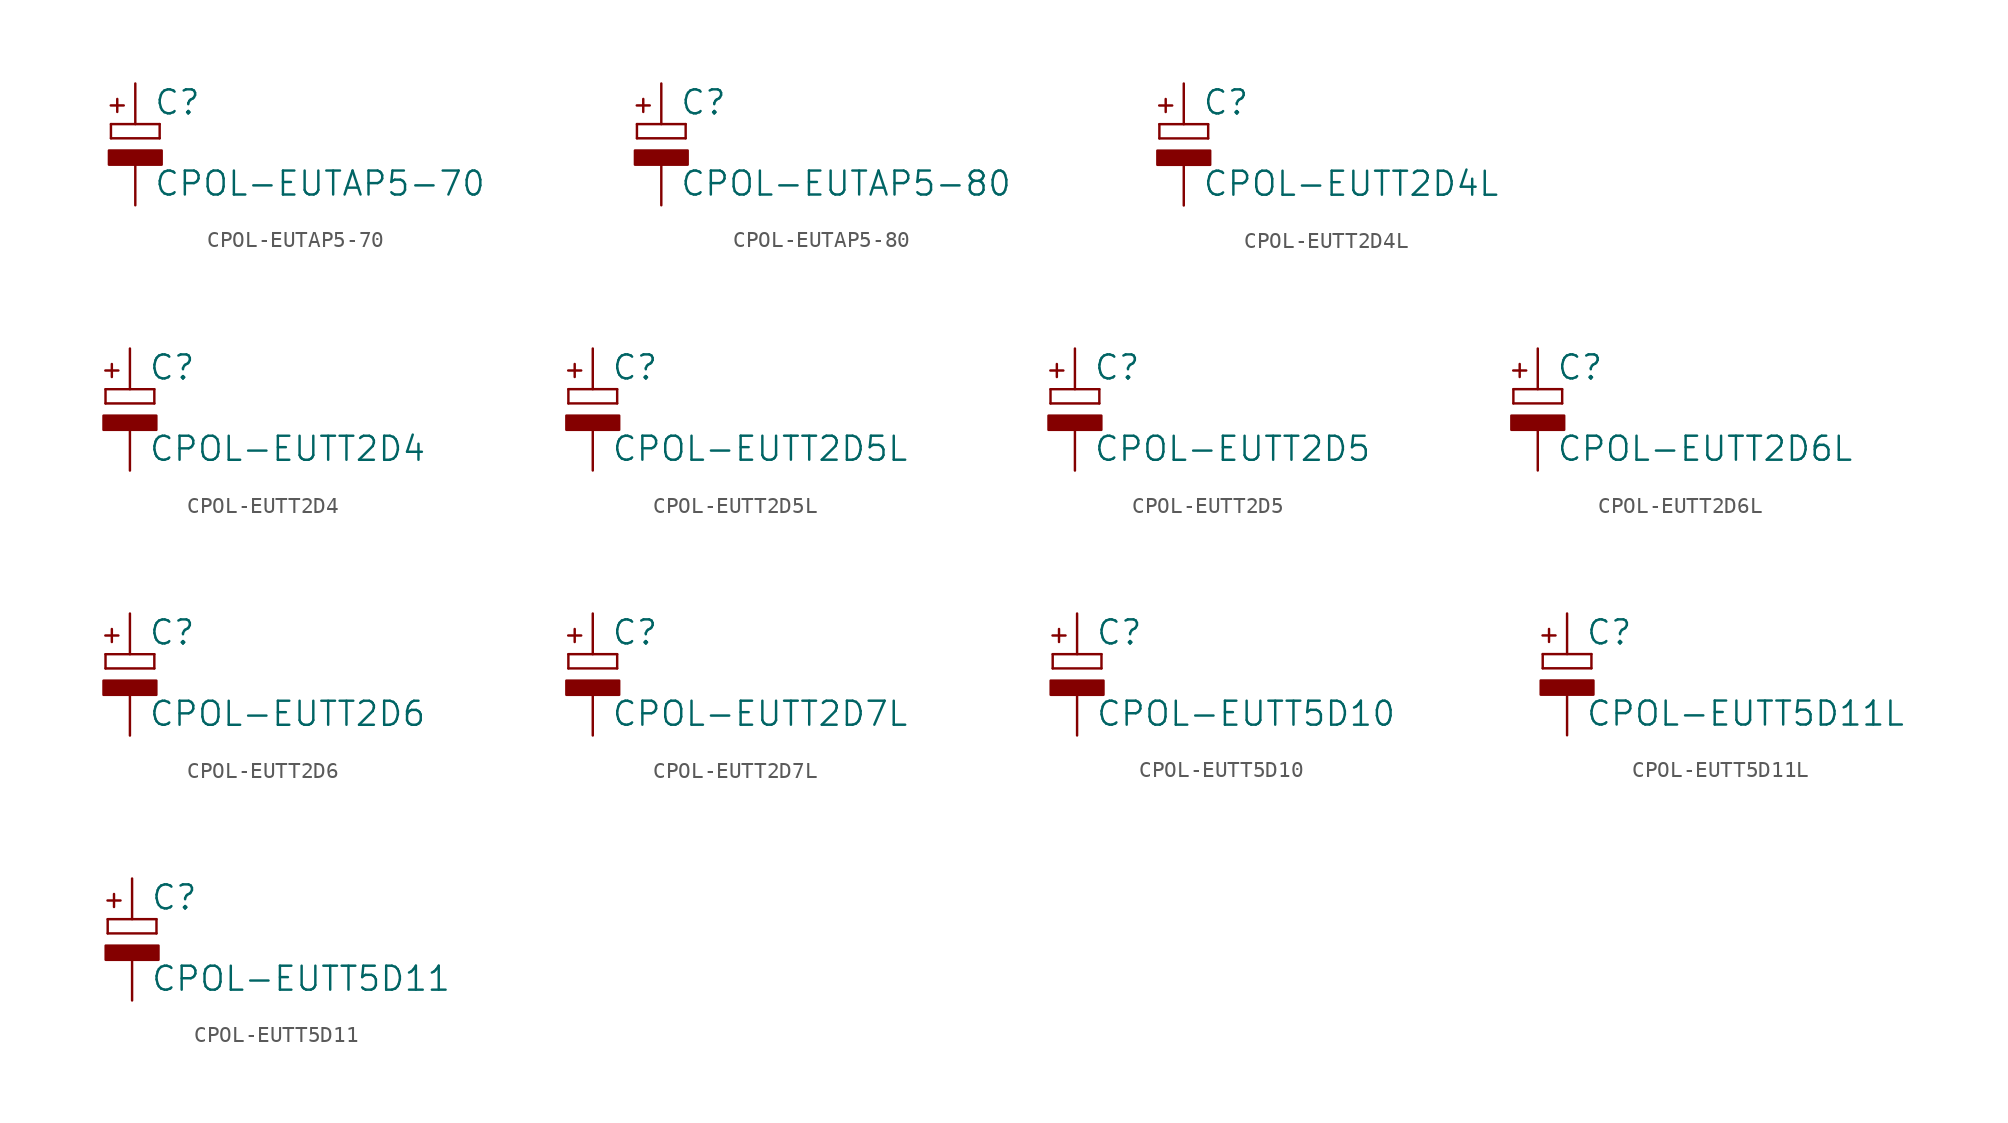
<source format=kicad_sym>
(kicad_symbol_lib
  (version 20211014)
  (generator kicad_symbol_editor)
  (symbol "CPOL-EUTAP5-70"
    (pin_names
      (offset 1.016))
    (property "Reference" "C"
      (at 1.143 0.483 0)
      (effects (font (size 1.499 1.499)) (justify left bottom)))
    (property "Value" "CPOL-EUTAP5-70"
      (at 1.143 -4.597 0)
      (effects (font (size 1.499 1.499)) (justify left bottom)))
    (property "ki_locked" ""
      (at 0 0 0)
      (effects (font (size 1.27 1.27))))
    (symbol "CPOL-EUTAP5-70_1_0"
      (rectangle (start -1.651 -2.54) (end 1.651 -1.651) (stroke (width 0) (type default) (color 0 0 0 0)) (fill (type outline)))
      (polyline (pts (xy -1.524 -0.889) (xy 1.524 -0.889)) (stroke (width 0) (type default) (color 0 0 0 0)) (fill (type none)))
      (polyline (pts (xy -1.524 0) (xy -1.524 -0.889)) (stroke (width 0) (type default) (color 0 0 0 0)) (fill (type none)))
      (polyline (pts (xy -1.524 0) (xy 1.524 0)) (stroke (width 0) (type default) (color 0 0 0 0)) (fill (type none)))
      (polyline (pts (xy 1.524 -0.889) (xy 1.524 0)) (stroke (width 0) (type default) (color 0 0 0 0)) (fill (type none)))
      (text "+" (at -0.584 0.406 900) (effects (font (size 1.067 1.067)) (justify left bottom)))
      (pin passive line (at 0 2.54 270) (length 2.54) (name "+" (effects (font (size 0 0)))) (number "+" (effects (font (size 0 0)))))
      (pin passive line (at 0 -5.08 90) (length 2.54) (name "-" (effects (font (size 0 0)))) (number "-" (effects (font (size 0 0)))))))
  (symbol "CPOL-EUTAP5-80"
    (pin_names
      (offset 1.016))
    (property "Reference" "C"
      (at 1.143 0.483 0)
      (effects (font (size 1.499 1.499)) (justify left bottom)))
    (property "Value" "CPOL-EUTAP5-80"
      (at 1.143 -4.597 0)
      (effects (font (size 1.499 1.499)) (justify left bottom)))
    (property "ki_locked" ""
      (at 0 0 0)
      (effects (font (size 1.27 1.27))))
    (symbol "CPOL-EUTAP5-80_1_0"
      (rectangle (start -1.651 -2.54) (end 1.651 -1.651) (stroke (width 0) (type default) (color 0 0 0 0)) (fill (type outline)))
      (polyline (pts (xy -1.524 -0.889) (xy 1.524 -0.889)) (stroke (width 0) (type default) (color 0 0 0 0)) (fill (type none)))
      (polyline (pts (xy -1.524 0) (xy -1.524 -0.889)) (stroke (width 0) (type default) (color 0 0 0 0)) (fill (type none)))
      (polyline (pts (xy -1.524 0) (xy 1.524 0)) (stroke (width 0) (type default) (color 0 0 0 0)) (fill (type none)))
      (polyline (pts (xy 1.524 -0.889) (xy 1.524 0)) (stroke (width 0) (type default) (color 0 0 0 0)) (fill (type none)))
      (text "+" (at -0.584 0.406 900) (effects (font (size 1.067 1.067)) (justify left bottom)))
      (pin passive line (at 0 2.54 270) (length 2.54) (name "+" (effects (font (size 0 0)))) (number "+" (effects (font (size 0 0)))))
      (pin passive line (at 0 -5.08 90) (length 2.54) (name "-" (effects (font (size 0 0)))) (number "-" (effects (font (size 0 0)))))))
  (symbol "CPOL-EUTT2D4L"
    (pin_names
      (offset 1.016))
    (property "Reference" "C"
      (at 1.143 0.483 0)
      (effects (font (size 1.499 1.499)) (justify left bottom)))
    (property "Value" "CPOL-EUTT2D4L"
      (at 1.143 -4.597 0)
      (effects (font (size 1.499 1.499)) (justify left bottom)))
    (property "ki_locked" ""
      (at 0 0 0)
      (effects (font (size 1.27 1.27))))
    (symbol "CPOL-EUTT2D4L_1_0"
      (rectangle (start -1.651 -2.54) (end 1.651 -1.651) (stroke (width 0) (type default) (color 0 0 0 0)) (fill (type outline)))
      (polyline (pts (xy -1.524 -0.889) (xy 1.524 -0.889)) (stroke (width 0) (type default) (color 0 0 0 0)) (fill (type none)))
      (polyline (pts (xy -1.524 0) (xy -1.524 -0.889)) (stroke (width 0) (type default) (color 0 0 0 0)) (fill (type none)))
      (polyline (pts (xy -1.524 0) (xy 1.524 0)) (stroke (width 0) (type default) (color 0 0 0 0)) (fill (type none)))
      (polyline (pts (xy 1.524 -0.889) (xy 1.524 0)) (stroke (width 0) (type default) (color 0 0 0 0)) (fill (type none)))
      (text "+" (at -0.584 0.406 900) (effects (font (size 1.067 1.067)) (justify left bottom)))
      (pin passive line (at 0 2.54 270) (length 2.54) (name "+" (effects (font (size 0 0)))) (number "+" (effects (font (size 0 0)))))
      (pin passive line (at 0 -5.08 90) (length 2.54) (name "-" (effects (font (size 0 0)))) (number "-" (effects (font (size 0 0)))))))
  (symbol "CPOL-EUTT2D4"
    (pin_names
      (offset 1.016))
    (property "Reference" "C"
      (at 1.143 0.483 0)
      (effects (font (size 1.499 1.499)) (justify left bottom)))
    (property "Value" "CPOL-EUTT2D4"
      (at 1.143 -4.597 0)
      (effects (font (size 1.499 1.499)) (justify left bottom)))
    (property "ki_locked" ""
      (at 0 0 0)
      (effects (font (size 1.27 1.27))))
    (symbol "CPOL-EUTT2D4_1_0"
      (rectangle (start -1.651 -2.54) (end 1.651 -1.651) (stroke (width 0) (type default) (color 0 0 0 0)) (fill (type outline)))
      (polyline (pts (xy -1.524 -0.889) (xy 1.524 -0.889)) (stroke (width 0) (type default) (color 0 0 0 0)) (fill (type none)))
      (polyline (pts (xy -1.524 0) (xy -1.524 -0.889)) (stroke (width 0) (type default) (color 0 0 0 0)) (fill (type none)))
      (polyline (pts (xy -1.524 0) (xy 1.524 0)) (stroke (width 0) (type default) (color 0 0 0 0)) (fill (type none)))
      (polyline (pts (xy 1.524 -0.889) (xy 1.524 0)) (stroke (width 0) (type default) (color 0 0 0 0)) (fill (type none)))
      (text "+" (at -0.584 0.406 900) (effects (font (size 1.067 1.067)) (justify left bottom)))
      (pin passive line (at 0 2.54 270) (length 2.54) (name "+" (effects (font (size 0 0)))) (number "+" (effects (font (size 0 0)))))
      (pin passive line (at 0 -5.08 90) (length 2.54) (name "-" (effects (font (size 0 0)))) (number "-" (effects (font (size 0 0)))))))
  (symbol "CPOL-EUTT2D5L"
    (pin_names
      (offset 1.016))
    (property "Reference" "C"
      (at 1.143 0.483 0)
      (effects (font (size 1.499 1.499)) (justify left bottom)))
    (property "Value" "CPOL-EUTT2D5L"
      (at 1.143 -4.597 0)
      (effects (font (size 1.499 1.499)) (justify left bottom)))
    (property "ki_locked" ""
      (at 0 0 0)
      (effects (font (size 1.27 1.27))))
    (symbol "CPOL-EUTT2D5L_1_0"
      (rectangle (start -1.651 -2.54) (end 1.651 -1.651) (stroke (width 0) (type default) (color 0 0 0 0)) (fill (type outline)))
      (polyline (pts (xy -1.524 -0.889) (xy 1.524 -0.889)) (stroke (width 0) (type default) (color 0 0 0 0)) (fill (type none)))
      (polyline (pts (xy -1.524 0) (xy -1.524 -0.889)) (stroke (width 0) (type default) (color 0 0 0 0)) (fill (type none)))
      (polyline (pts (xy -1.524 0) (xy 1.524 0)) (stroke (width 0) (type default) (color 0 0 0 0)) (fill (type none)))
      (polyline (pts (xy 1.524 -0.889) (xy 1.524 0)) (stroke (width 0) (type default) (color 0 0 0 0)) (fill (type none)))
      (text "+" (at -0.584 0.406 900) (effects (font (size 1.067 1.067)) (justify left bottom)))
      (pin passive line (at 0 2.54 270) (length 2.54) (name "+" (effects (font (size 0 0)))) (number "+" (effects (font (size 0 0)))))
      (pin passive line (at 0 -5.08 90) (length 2.54) (name "-" (effects (font (size 0 0)))) (number "-" (effects (font (size 0 0)))))))
  (symbol "CPOL-EUTT2D5"
    (pin_names
      (offset 1.016))
    (property "Reference" "C"
      (at 1.143 0.483 0)
      (effects (font (size 1.499 1.499)) (justify left bottom)))
    (property "Value" "CPOL-EUTT2D5"
      (at 1.143 -4.597 0)
      (effects (font (size 1.499 1.499)) (justify left bottom)))
    (property "ki_locked" ""
      (at 0 0 0)
      (effects (font (size 1.27 1.27))))
    (symbol "CPOL-EUTT2D5_1_0"
      (rectangle (start -1.651 -2.54) (end 1.651 -1.651) (stroke (width 0) (type default) (color 0 0 0 0)) (fill (type outline)))
      (polyline (pts (xy -1.524 -0.889) (xy 1.524 -0.889)) (stroke (width 0) (type default) (color 0 0 0 0)) (fill (type none)))
      (polyline (pts (xy -1.524 0) (xy -1.524 -0.889)) (stroke (width 0) (type default) (color 0 0 0 0)) (fill (type none)))
      (polyline (pts (xy -1.524 0) (xy 1.524 0)) (stroke (width 0) (type default) (color 0 0 0 0)) (fill (type none)))
      (polyline (pts (xy 1.524 -0.889) (xy 1.524 0)) (stroke (width 0) (type default) (color 0 0 0 0)) (fill (type none)))
      (text "+" (at -0.584 0.406 900) (effects (font (size 1.067 1.067)) (justify left bottom)))
      (pin passive line (at 0 2.54 270) (length 2.54) (name "+" (effects (font (size 0 0)))) (number "+" (effects (font (size 0 0)))))
      (pin passive line (at 0 -5.08 90) (length 2.54) (name "-" (effects (font (size 0 0)))) (number "-" (effects (font (size 0 0)))))))
  (symbol "CPOL-EUTT2D6L"
    (pin_names
      (offset 1.016))
    (property "Reference" "C"
      (at 1.143 0.483 0)
      (effects (font (size 1.499 1.499)) (justify left bottom)))
    (property "Value" "CPOL-EUTT2D6L"
      (at 1.143 -4.597 0)
      (effects (font (size 1.499 1.499)) (justify left bottom)))
    (property "ki_locked" ""
      (at 0 0 0)
      (effects (font (size 1.27 1.27))))
    (symbol "CPOL-EUTT2D6L_1_0"
      (rectangle (start -1.651 -2.54) (end 1.651 -1.651) (stroke (width 0) (type default) (color 0 0 0 0)) (fill (type outline)))
      (polyline (pts (xy -1.524 -0.889) (xy 1.524 -0.889)) (stroke (width 0) (type default) (color 0 0 0 0)) (fill (type none)))
      (polyline (pts (xy -1.524 0) (xy -1.524 -0.889)) (stroke (width 0) (type default) (color 0 0 0 0)) (fill (type none)))
      (polyline (pts (xy -1.524 0) (xy 1.524 0)) (stroke (width 0) (type default) (color 0 0 0 0)) (fill (type none)))
      (polyline (pts (xy 1.524 -0.889) (xy 1.524 0)) (stroke (width 0) (type default) (color 0 0 0 0)) (fill (type none)))
      (text "+" (at -0.584 0.406 900) (effects (font (size 1.067 1.067)) (justify left bottom)))
      (pin passive line (at 0 2.54 270) (length 2.54) (name "+" (effects (font (size 0 0)))) (number "+" (effects (font (size 0 0)))))
      (pin passive line (at 0 -5.08 90) (length 2.54) (name "-" (effects (font (size 0 0)))) (number "-" (effects (font (size 0 0)))))))
  (symbol "CPOL-EUTT2D6"
    (pin_names
      (offset 1.016))
    (property "Reference" "C"
      (at 1.143 0.483 0)
      (effects (font (size 1.499 1.499)) (justify left bottom)))
    (property "Value" "CPOL-EUTT2D6"
      (at 1.143 -4.597 0)
      (effects (font (size 1.499 1.499)) (justify left bottom)))
    (property "ki_locked" ""
      (at 0 0 0)
      (effects (font (size 1.27 1.27))))
    (symbol "CPOL-EUTT2D6_1_0"
      (rectangle (start -1.651 -2.54) (end 1.651 -1.651) (stroke (width 0) (type default) (color 0 0 0 0)) (fill (type outline)))
      (polyline (pts (xy -1.524 -0.889) (xy 1.524 -0.889)) (stroke (width 0) (type default) (color 0 0 0 0)) (fill (type none)))
      (polyline (pts (xy -1.524 0) (xy -1.524 -0.889)) (stroke (width 0) (type default) (color 0 0 0 0)) (fill (type none)))
      (polyline (pts (xy -1.524 0) (xy 1.524 0)) (stroke (width 0) (type default) (color 0 0 0 0)) (fill (type none)))
      (polyline (pts (xy 1.524 -0.889) (xy 1.524 0)) (stroke (width 0) (type default) (color 0 0 0 0)) (fill (type none)))
      (text "+" (at -0.584 0.406 900) (effects (font (size 1.067 1.067)) (justify left bottom)))
      (pin passive line (at 0 2.54 270) (length 2.54) (name "+" (effects (font (size 0 0)))) (number "+" (effects (font (size 0 0)))))
      (pin passive line (at 0 -5.08 90) (length 2.54) (name "-" (effects (font (size 0 0)))) (number "-" (effects (font (size 0 0)))))))
  (symbol "CPOL-EUTT2D7L"
    (pin_names
      (offset 1.016))
    (property "Reference" "C"
      (at 1.143 0.483 0)
      (effects (font (size 1.499 1.499)) (justify left bottom)))
    (property "Value" "CPOL-EUTT2D7L"
      (at 1.143 -4.597 0)
      (effects (font (size 1.499 1.499)) (justify left bottom)))
    (property "ki_locked" ""
      (at 0 0 0)
      (effects (font (size 1.27 1.27))))
    (symbol "CPOL-EUTT2D7L_1_0"
      (rectangle (start -1.651 -2.54) (end 1.651 -1.651) (stroke (width 0) (type default) (color 0 0 0 0)) (fill (type outline)))
      (polyline (pts (xy -1.524 -0.889) (xy 1.524 -0.889)) (stroke (width 0) (type default) (color 0 0 0 0)) (fill (type none)))
      (polyline (pts (xy -1.524 0) (xy -1.524 -0.889)) (stroke (width 0) (type default) (color 0 0 0 0)) (fill (type none)))
      (polyline (pts (xy -1.524 0) (xy 1.524 0)) (stroke (width 0) (type default) (color 0 0 0 0)) (fill (type none)))
      (polyline (pts (xy 1.524 -0.889) (xy 1.524 0)) (stroke (width 0) (type default) (color 0 0 0 0)) (fill (type none)))
      (text "+" (at -0.584 0.406 900) (effects (font (size 1.067 1.067)) (justify left bottom)))
      (pin passive line (at 0 2.54 270) (length 2.54) (name "+" (effects (font (size 0 0)))) (number "+" (effects (font (size 0 0)))))
      (pin passive line (at 0 -5.08 90) (length 2.54) (name "-" (effects (font (size 0 0)))) (number "-" (effects (font (size 0 0)))))))
  (symbol "CPOL-EUTT5D10"
    (pin_names
      (offset 1.016))
    (property "Reference" "C"
      (at 1.143 0.483 0)
      (effects (font (size 1.499 1.499)) (justify left bottom)))
    (property "Value" "CPOL-EUTT5D10"
      (at 1.143 -4.597 0)
      (effects (font (size 1.499 1.499)) (justify left bottom)))
    (property "ki_locked" ""
      (at 0 0 0)
      (effects (font (size 1.27 1.27))))
    (symbol "CPOL-EUTT5D10_1_0"
      (rectangle (start -1.651 -2.54) (end 1.651 -1.651) (stroke (width 0) (type default) (color 0 0 0 0)) (fill (type outline)))
      (polyline (pts (xy -1.524 -0.889) (xy 1.524 -0.889)) (stroke (width 0) (type default) (color 0 0 0 0)) (fill (type none)))
      (polyline (pts (xy -1.524 0) (xy -1.524 -0.889)) (stroke (width 0) (type default) (color 0 0 0 0)) (fill (type none)))
      (polyline (pts (xy -1.524 0) (xy 1.524 0)) (stroke (width 0) (type default) (color 0 0 0 0)) (fill (type none)))
      (polyline (pts (xy 1.524 -0.889) (xy 1.524 0)) (stroke (width 0) (type default) (color 0 0 0 0)) (fill (type none)))
      (text "+" (at -0.584 0.406 900) (effects (font (size 1.067 1.067)) (justify left bottom)))
      (pin passive line (at 0 2.54 270) (length 2.54) (name "+" (effects (font (size 0 0)))) (number "+" (effects (font (size 0 0)))))
      (pin passive line (at 0 -5.08 90) (length 2.54) (name "-" (effects (font (size 0 0)))) (number "-" (effects (font (size 0 0)))))))
  (symbol "CPOL-EUTT5D11L"
    (pin_names
      (offset 1.016))
    (property "Reference" "C"
      (at 1.143 0.483 0)
      (effects (font (size 1.499 1.499)) (justify left bottom)))
    (property "Value" "CPOL-EUTT5D11L"
      (at 1.143 -4.597 0)
      (effects (font (size 1.499 1.499)) (justify left bottom)))
    (property "ki_locked" ""
      (at 0 0 0)
      (effects (font (size 1.27 1.27))))
    (symbol "CPOL-EUTT5D11L_1_0"
      (rectangle (start -1.651 -2.54) (end 1.651 -1.651) (stroke (width 0) (type default) (color 0 0 0 0)) (fill (type outline)))
      (polyline (pts (xy -1.524 -0.889) (xy 1.524 -0.889)) (stroke (width 0) (type default) (color 0 0 0 0)) (fill (type none)))
      (polyline (pts (xy -1.524 0) (xy -1.524 -0.889)) (stroke (width 0) (type default) (color 0 0 0 0)) (fill (type none)))
      (polyline (pts (xy -1.524 0) (xy 1.524 0)) (stroke (width 0) (type default) (color 0 0 0 0)) (fill (type none)))
      (polyline (pts (xy 1.524 -0.889) (xy 1.524 0)) (stroke (width 0) (type default) (color 0 0 0 0)) (fill (type none)))
      (text "+" (at -0.584 0.406 900) (effects (font (size 1.067 1.067)) (justify left bottom)))
      (pin passive line (at 0 2.54 270) (length 2.54) (name "+" (effects (font (size 0 0)))) (number "+" (effects (font (size 0 0)))))
      (pin passive line (at 0 -5.08 90) (length 2.54) (name "-" (effects (font (size 0 0)))) (number "-" (effects (font (size 0 0)))))))
  (symbol "CPOL-EUTT5D11"
    (pin_names
      (offset 1.016))
    (property "Reference" "C"
      (at 1.143 0.483 0)
      (effects (font (size 1.499 1.499)) (justify left bottom)))
    (property "Value" "CPOL-EUTT5D11"
      (at 1.143 -4.597 0)
      (effects (font (size 1.499 1.499)) (justify left bottom)))
    (property "ki_locked" ""
      (at 0 0 0)
      (effects (font (size 1.27 1.27))))
    (symbol "CPOL-EUTT5D11_1_0"
      (rectangle (start -1.651 -2.54) (end 1.651 -1.651) (stroke (width 0) (type default) (color 0 0 0 0)) (fill (type outline)))
      (polyline (pts (xy -1.524 -0.889) (xy 1.524 -0.889)) (stroke (width 0) (type default) (color 0 0 0 0)) (fill (type none)))
      (polyline (pts (xy -1.524 0) (xy -1.524 -0.889)) (stroke (width 0) (type default) (color 0 0 0 0)) (fill (type none)))
      (polyline (pts (xy -1.524 0) (xy 1.524 0)) (stroke (width 0) (type default) (color 0 0 0 0)) (fill (type none)))
      (polyline (pts (xy 1.524 -0.889) (xy 1.524 0)) (stroke (width 0) (type default) (color 0 0 0 0)) (fill (type none)))
      (text "+" (at -0.584 0.406 900) (effects (font (size 1.067 1.067)) (justify left bottom)))
      (pin passive line (at 0 2.54 270) (length 2.54) (name "+" (effects (font (size 0 0)))) (number "+" (effects (font (size 0 0)))))
      (pin passive line (at 0 -5.08 90) (length 2.54) (name "-" (effects (font (size 0 0)))) (number "-" (effects (font (size 0 0))))))))
</source>
